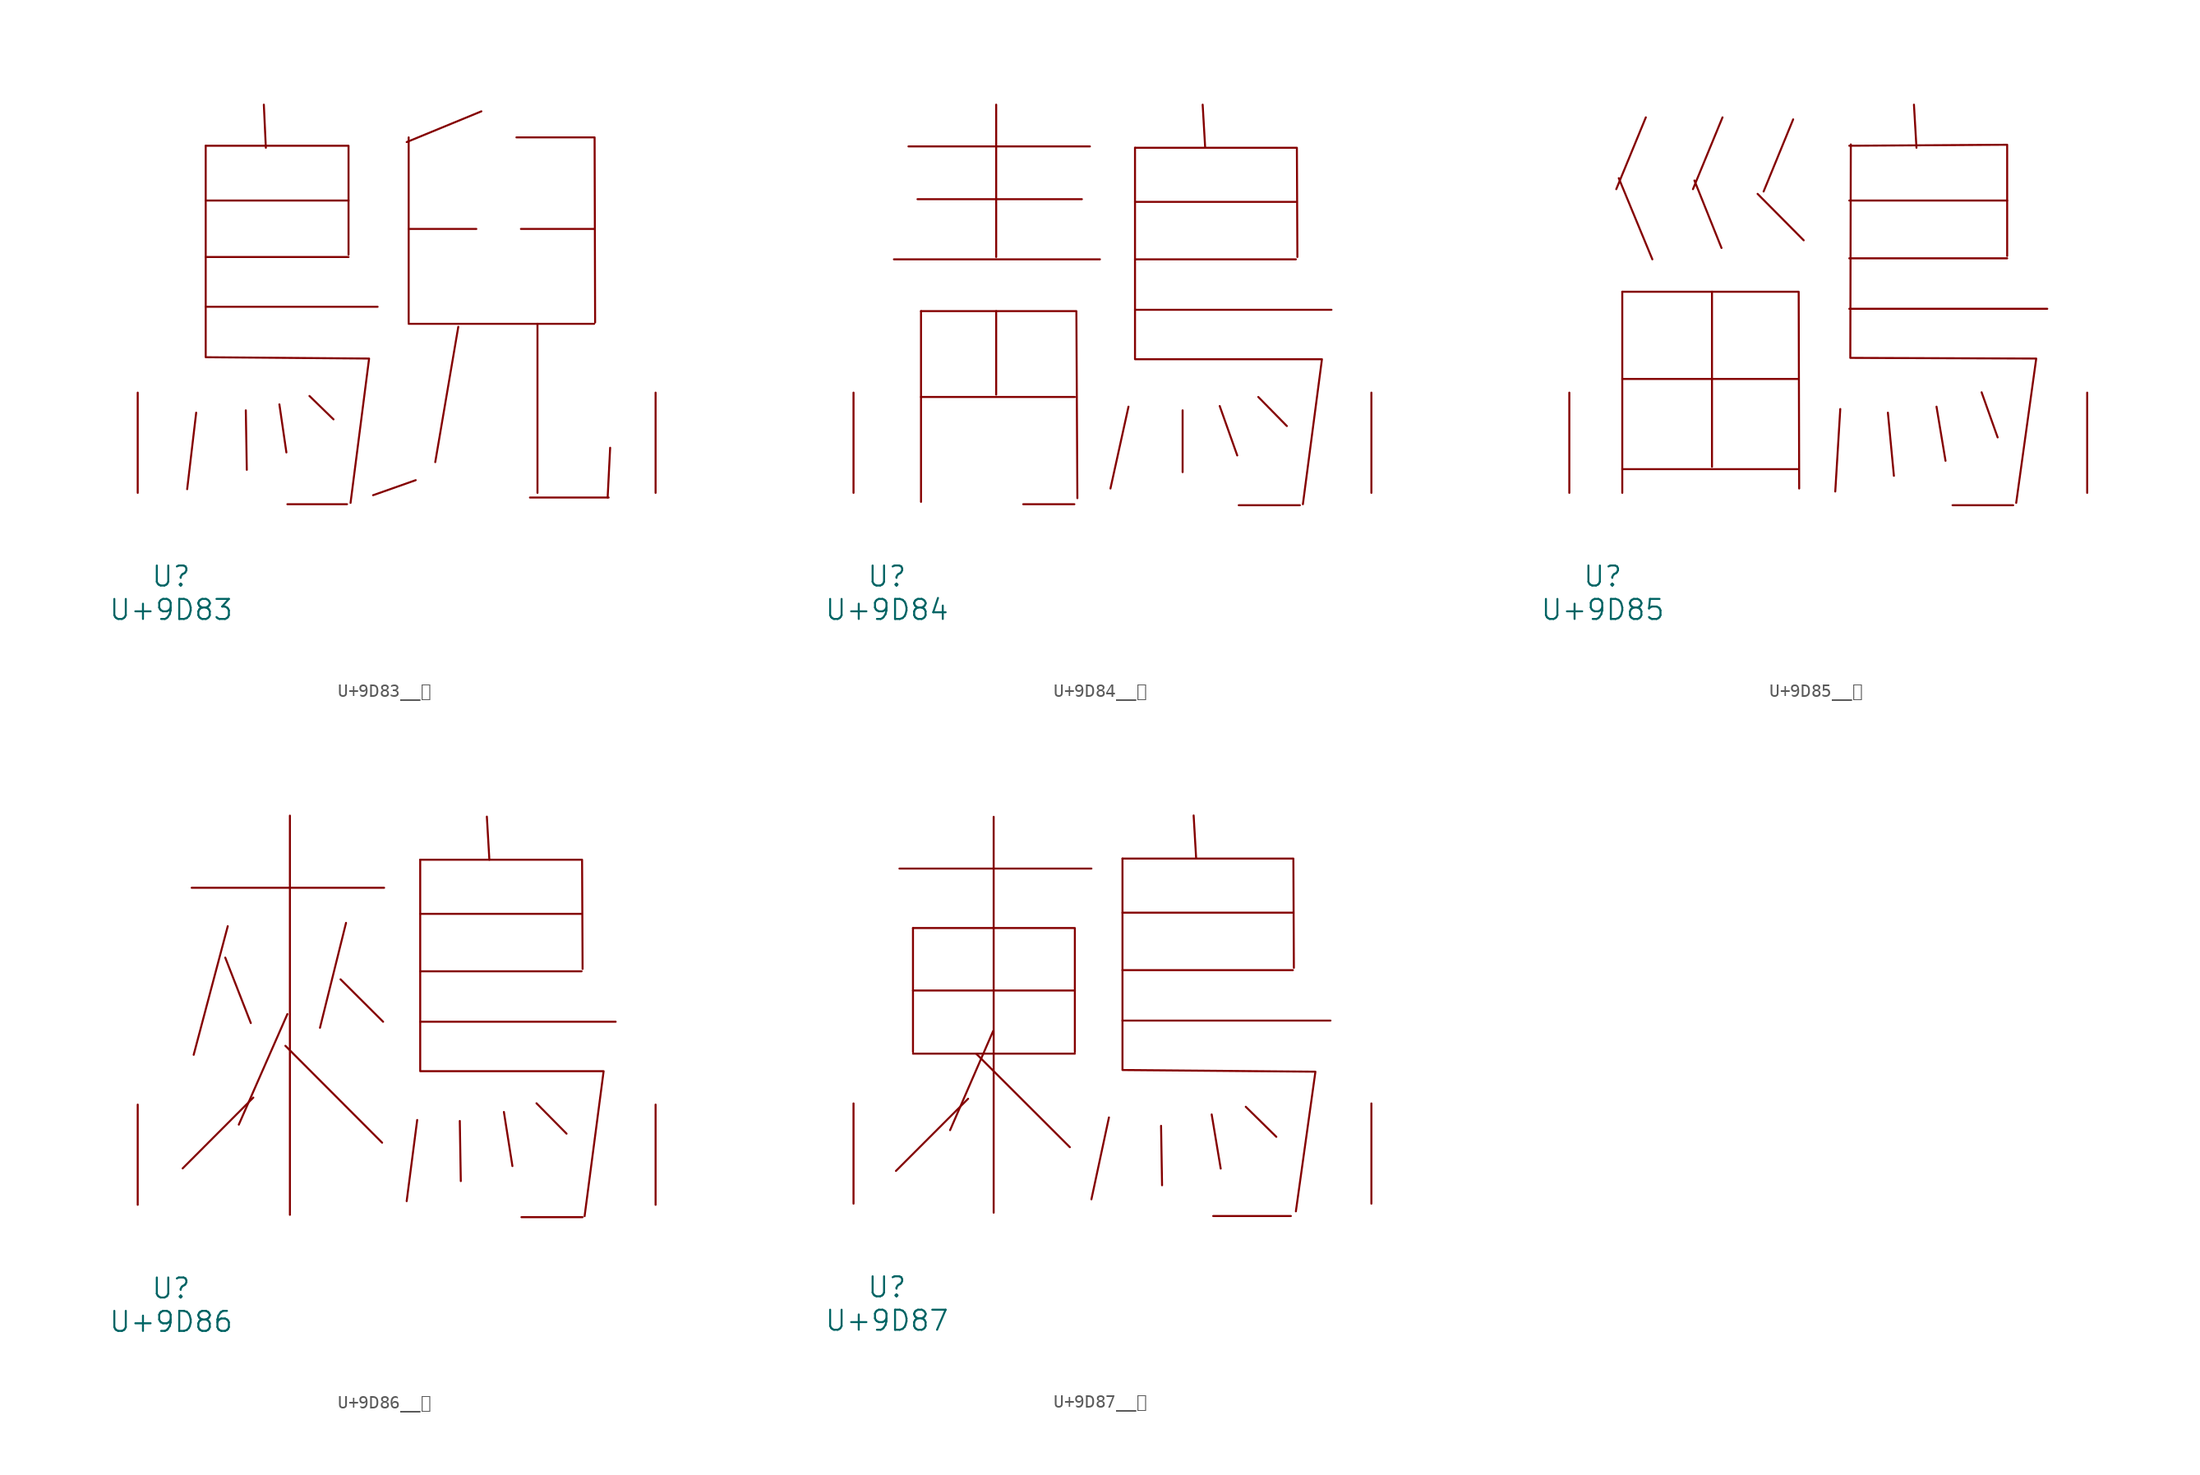
<source format=kicad_sym>
(kicad_symbol_lib
  (version 20231120)
  (generator "kicad_symbol_editor")
  (generator_version "8.0")
  (symbol "U+9D83__鶃"
    (pin_names
      (offset 1.016))
    (property "Reference" "U"
      (at 0 -6.35 0)
      (effects (font (size 1.524 1.524))))
    (property "Value" "U+9D83"
      (at 0 -8.89 0)
      (effects (font (size 1.524 1.524))))
    (symbol "U+9D83__鶃_0_1"
      (polyline (pts (xy 1.905 6.096) (xy 1.219 0.279)) (stroke (width 0) (type solid)) (fill (type none)))
      (polyline (pts (xy 2.629 14.148) (xy 15.697 14.148)) (stroke (width 0) (type solid)) (fill (type none)))
      (polyline (pts (xy 2.629 17.932) (xy 13.487 17.932)) (stroke (width 0) (type solid)) (fill (type none)))
      (polyline (pts (xy 2.629 22.225) (xy 13.487 22.225)) (stroke (width 0) (type solid)) (fill (type none)))
      (polyline (pts (xy 5.677 6.274) (xy 5.753 1.753)) (stroke (width 0) (type solid)) (fill (type none)))
      (polyline (pts (xy 7.048 29.515) (xy 7.201 26.238)) (stroke (width 0) (type solid)) (fill (type none)))
      (polyline (pts (xy 8.23 6.731) (xy 8.763 3.073)) (stroke (width 0) (type solid)) (fill (type none)))
      (polyline (pts (xy 8.839 -0.864) (xy 13.373 -0.864)) (stroke (width 0) (type solid)) (fill (type none)))
      (polyline (pts (xy 10.516 7.366) (xy 12.344 5.588)) (stroke (width 0) (type solid)) (fill (type none)))
      (polyline (pts (xy 18.059 12.852) (xy 32.156 12.852)) (stroke (width 0) (type solid)) (fill (type none)))
      (polyline (pts (xy 18.059 20.066) (xy 23.203 20.066)) (stroke (width 0) (type solid)) (fill (type none)))
      (polyline (pts (xy 18.059 27.026) (xy 18.059 12.954)) (stroke (width 0) (type solid)) (fill (type none)))
      (polyline (pts (xy 18.593 0.965) (xy 15.354 -0.178)) (stroke (width 0) (type solid)) (fill (type none)))
      (polyline (pts (xy 21.831 12.624) (xy 20.079 2.337)) (stroke (width 0) (type solid)) (fill (type none)))
      (polyline (pts (xy 23.584 29.007) (xy 17.907 26.67)) (stroke (width 0) (type solid)) (fill (type none)))
      (polyline (pts (xy 26.594 20.066) (xy 32.156 20.066)) (stroke (width 0) (type solid)) (fill (type none)))
      (polyline (pts (xy 27.28 -0.356) (xy 33.261 -0.356)) (stroke (width 0) (type solid)) (fill (type none)))
      (polyline (pts (xy 27.851 12.852) (xy 27.851 0)) (stroke (width 0) (type solid)) (fill (type none)))
      (polyline (pts (xy 33.376 3.429) (xy 33.185 -0.356)) (stroke (width 0) (type solid)) (fill (type none)))
      (polyline (pts (xy 2.629 26.391) (xy 13.487 26.391) (xy 13.487 18.11)) (stroke (width 0) (type solid)) (fill (type none)))
      (polyline (pts (xy 26.251 27.026) (xy 32.194 27.026) (xy 32.233 12.954)) (stroke (width 0) (type solid)) (fill (type none)))
      (polyline (pts (xy 2.629 26.391) (xy 2.629 10.312) (xy 15.05 10.211) (xy 13.64 -0.762)) (stroke (width 0) (type solid)) (fill (type none)))
      (pin input line (at -2.54 0 90) (length 7.62) (name "~" (effects (font (size 1.27 1.27)))) (number "~" (effects (font (size 1.27 1.27)))))
      (pin input line (at 36.83 0 90) (length 7.62) (name "~" (effects (font (size 1.27 1.27)))) (number "~" (effects (font (size 1.27 1.27)))))))
  (symbol "U+9D84__鶄"
    (pin_names
      (offset 1.016))
    (property "Reference" "U"
      (at 0 -6.35 0)
      (effects (font (size 1.524 1.524))))
    (property "Value" "U+9D84"
      (at 0 -8.89 0)
      (effects (font (size 1.524 1.524))))
    (symbol "U+9D84__鶄_0_1"
      (polyline (pts (xy 0.533 17.755) (xy 16.192 17.755)) (stroke (width 0) (type solid)) (fill (type none)))
      (polyline (pts (xy 1.638 26.34) (xy 15.431 26.34)) (stroke (width 0) (type solid)) (fill (type none)))
      (polyline (pts (xy 2.324 22.327) (xy 14.821 22.327)) (stroke (width 0) (type solid)) (fill (type none)))
      (polyline (pts (xy 2.591 7.29) (xy 14.287 7.29)) (stroke (width 0) (type solid)) (fill (type none)))
      (polyline (pts (xy 2.591 13.818) (xy 2.591 -0.686)) (stroke (width 0) (type solid)) (fill (type none)))
      (polyline (pts (xy 8.306 13.818) (xy 8.306 7.468)) (stroke (width 0) (type solid)) (fill (type none)))
      (polyline (pts (xy 8.306 29.515) (xy 8.306 17.932)) (stroke (width 0) (type solid)) (fill (type none)))
      (polyline (pts (xy 10.363 -0.864) (xy 14.249 -0.864)) (stroke (width 0) (type solid)) (fill (type none)))
      (polyline (pts (xy 18.364 6.553) (xy 16.993 0.33)) (stroke (width 0) (type solid)) (fill (type none)))
      (polyline (pts (xy 18.86 13.919) (xy 33.795 13.919)) (stroke (width 0) (type solid)) (fill (type none)))
      (polyline (pts (xy 18.86 17.755) (xy 31.09 17.755)) (stroke (width 0) (type solid)) (fill (type none)))
      (polyline (pts (xy 18.86 22.123) (xy 31.09 22.123)) (stroke (width 0) (type solid)) (fill (type none)))
      (polyline (pts (xy 22.479 6.274) (xy 22.479 1.575)) (stroke (width 0) (type solid)) (fill (type none)))
      (polyline (pts (xy 24.003 29.515) (xy 24.194 26.238)) (stroke (width 0) (type solid)) (fill (type none)))
      (polyline (pts (xy 25.298 6.604) (xy 26.632 2.845)) (stroke (width 0) (type solid)) (fill (type none)))
      (polyline (pts (xy 26.746 -0.94) (xy 31.394 -0.94)) (stroke (width 0) (type solid)) (fill (type none)))
      (polyline (pts (xy 28.232 7.29) (xy 30.404 5.08)) (stroke (width 0) (type solid)) (fill (type none)))
      (polyline (pts (xy 2.591 13.818) (xy 14.402 13.818) (xy 14.478 -0.406)) (stroke (width 0) (type solid)) (fill (type none)))
      (polyline (pts (xy 18.86 26.238) (xy 31.166 26.238) (xy 31.204 17.932)) (stroke (width 0) (type solid)) (fill (type none)))
      (polyline (pts (xy 18.86 26.238) (xy 18.86 10.16) (xy 33.071 10.16) (xy 31.623 -0.864)) (stroke (width 0) (type solid)) (fill (type none)))
      (pin input line (at -2.54 0 90) (length 7.62) (name "~" (effects (font (size 1.27 1.27)))) (number "~" (effects (font (size 1.27 1.27)))))
      (pin input line (at 36.83 0 90) (length 7.62) (name "~" (effects (font (size 1.27 1.27)))) (number "~" (effects (font (size 1.27 1.27)))))))
  (symbol "U+9D85__鶅"
    (pin_names
      (offset 1.016))
    (property "Reference" "U"
      (at 0 -6.35 0)
      (effects (font (size 1.524 1.524))))
    (property "Value" "U+9D85"
      (at 0 -8.89 0)
      (effects (font (size 1.524 1.524))))
    (symbol "U+9D85__鶅_0_1"
      (polyline (pts (xy 1.219 23.927) (xy 3.772 17.755)) (stroke (width 0) (type solid)) (fill (type none)))
      (polyline (pts (xy 1.486 1.803) (xy 14.821 1.803)) (stroke (width 0) (type solid)) (fill (type none)))
      (polyline (pts (xy 1.486 8.661) (xy 14.821 8.661)) (stroke (width 0) (type solid)) (fill (type none)))
      (polyline (pts (xy 1.486 15.291) (xy 1.486 0)) (stroke (width 0) (type solid)) (fill (type none)))
      (polyline (pts (xy 3.277 28.55) (xy 1.029 23.089)) (stroke (width 0) (type solid)) (fill (type none)))
      (polyline (pts (xy 6.972 23.749) (xy 9.03 18.618)) (stroke (width 0) (type solid)) (fill (type none)))
      (polyline (pts (xy 8.306 15.291) (xy 8.306 1.981)) (stroke (width 0) (type solid)) (fill (type none)))
      (polyline (pts (xy 9.106 28.55) (xy 6.858 23.089)) (stroke (width 0) (type solid)) (fill (type none)))
      (polyline (pts (xy 11.773 22.733) (xy 15.278 19.202)) (stroke (width 0) (type solid)) (fill (type none)))
      (polyline (pts (xy 14.478 28.397) (xy 12.23 22.911)) (stroke (width 0) (type solid)) (fill (type none)))
      (polyline (pts (xy 18.059 6.375) (xy 17.678 0.102)) (stroke (width 0) (type solid)) (fill (type none)))
      (polyline (pts (xy 18.745 13.995) (xy 33.795 13.995)) (stroke (width 0) (type solid)) (fill (type none)))
      (polyline (pts (xy 18.745 17.831) (xy 30.747 17.831)) (stroke (width 0) (type solid)) (fill (type none)))
      (polyline (pts (xy 18.745 22.225) (xy 30.747 22.225)) (stroke (width 0) (type solid)) (fill (type none)))
      (polyline (pts (xy 21.679 6.096) (xy 22.136 1.295)) (stroke (width 0) (type solid)) (fill (type none)))
      (polyline (pts (xy 23.66 29.515) (xy 23.851 26.238)) (stroke (width 0) (type solid)) (fill (type none)))
      (polyline (pts (xy 25.375 6.553) (xy 26.06 2.438)) (stroke (width 0) (type solid)) (fill (type none)))
      (polyline (pts (xy 26.594 -0.94) (xy 31.204 -0.94)) (stroke (width 0) (type solid)) (fill (type none)))
      (polyline (pts (xy 28.804 7.645) (xy 30.023 4.216)) (stroke (width 0) (type solid)) (fill (type none)))
      (polyline (pts (xy 1.486 15.291) (xy 14.897 15.291) (xy 14.935 0.33)) (stroke (width 0) (type solid)) (fill (type none)))
      (polyline (pts (xy 18.745 26.391) (xy 30.747 26.467) (xy 30.747 18.009)) (stroke (width 0) (type solid)) (fill (type none)))
      (polyline (pts (xy 18.86 26.492) (xy 18.821 10.262) (xy 32.956 10.211) (xy 31.433 -0.762)) (stroke (width 0) (type solid)) (fill (type none)))
      (pin input line (at -2.54 0 90) (length 7.62) (name "~" (effects (font (size 1.27 1.27)))) (number "~" (effects (font (size 1.27 1.27)))))
      (pin input line (at 36.83 0 90) (length 7.62) (name "~" (effects (font (size 1.27 1.27)))) (number "~" (effects (font (size 1.27 1.27)))))))
  (symbol "U+9D86__鶆"
    (pin_names
      (offset 1.016))
    (property "Reference" "U"
      (at 0 -6.35 0)
      (effects (font (size 1.524 1.524))))
    (property "Value" "U+9D86"
      (at 0 -8.89 0)
      (effects (font (size 1.524 1.524))))
    (symbol "U+9D86__鶆_0_1"
      (polyline (pts (xy 1.562 24.105) (xy 16.192 24.105)) (stroke (width 0) (type solid)) (fill (type none)))
      (polyline (pts (xy 4.115 18.796) (xy 6.058 13.818)) (stroke (width 0) (type solid)) (fill (type none)))
      (polyline (pts (xy 4.305 21.184) (xy 1.714 11.405)) (stroke (width 0) (type solid)) (fill (type none)))
      (polyline (pts (xy 6.248 8.153) (xy 0.876 2.769)) (stroke (width 0) (type solid)) (fill (type none)))
      (polyline (pts (xy 8.687 12.09) (xy 16.04 4.724)) (stroke (width 0) (type solid)) (fill (type none)))
      (polyline (pts (xy 8.839 14.503) (xy 5.144 6.096)) (stroke (width 0) (type solid)) (fill (type none)))
      (polyline (pts (xy 9.03 29.591) (xy 9.03 -0.762)) (stroke (width 0) (type solid)) (fill (type none)))
      (polyline (pts (xy 12.878 17.145) (xy 16.116 13.919)) (stroke (width 0) (type solid)) (fill (type none)))
      (polyline (pts (xy 13.297 21.438) (xy 11.316 13.462)) (stroke (width 0) (type solid)) (fill (type none)))
      (polyline (pts (xy 18.707 6.452) (xy 17.907 0.279)) (stroke (width 0) (type solid)) (fill (type none)))
      (polyline (pts (xy 18.936 13.919) (xy 33.795 13.919)) (stroke (width 0) (type solid)) (fill (type none)))
      (polyline (pts (xy 18.936 17.755) (xy 31.204 17.755)) (stroke (width 0) (type solid)) (fill (type none)))
      (polyline (pts (xy 18.936 22.123) (xy 31.204 22.123)) (stroke (width 0) (type solid)) (fill (type none)))
      (polyline (pts (xy 21.946 6.375) (xy 22.022 1.803)) (stroke (width 0) (type solid)) (fill (type none)))
      (polyline (pts (xy 24.003 29.515) (xy 24.194 26.238)) (stroke (width 0) (type solid)) (fill (type none)))
      (polyline (pts (xy 25.298 7.061) (xy 25.946 2.946)) (stroke (width 0) (type solid)) (fill (type none)))
      (polyline (pts (xy 26.632 -0.94) (xy 31.28 -0.94)) (stroke (width 0) (type solid)) (fill (type none)))
      (polyline (pts (xy 27.775 7.722) (xy 30.061 5.41)) (stroke (width 0) (type solid)) (fill (type none)))
      (polyline (pts (xy 18.936 26.238) (xy 31.242 26.238) (xy 31.28 17.932)) (stroke (width 0) (type solid)) (fill (type none)))
      (polyline (pts (xy 18.936 26.238) (xy 18.936 10.16) (xy 32.88 10.16) (xy 31.433 -0.864)) (stroke (width 0) (type solid)) (fill (type none)))
      (pin input line (at -2.54 0 90) (length 7.62) (name "~" (effects (font (size 1.27 1.27)))) (number "~" (effects (font (size 1.27 1.27)))))
      (pin input line (at 36.83 0 90) (length 7.62) (name "~" (effects (font (size 1.27 1.27)))) (number "~" (effects (font (size 1.27 1.27)))))))
  (symbol "U+9D87__鶇"
    (pin_names
      (offset 1.016))
    (property "Reference" "U"
      (at 0 -6.35 0)
      (effects (font (size 1.524 1.524))))
    (property "Value" "U+9D87"
      (at 0 -8.89 0)
      (effects (font (size 1.524 1.524))))
    (symbol "U+9D87__鶇_0_1"
      (polyline (pts (xy 0.953 25.476) (xy 15.545 25.476)) (stroke (width 0) (type solid)) (fill (type none)))
      (polyline (pts (xy 1.981 11.405) (xy 14.287 11.405)) (stroke (width 0) (type solid)) (fill (type none)))
      (polyline (pts (xy 1.981 16.205) (xy 14.287 16.205)) (stroke (width 0) (type solid)) (fill (type none)))
      (polyline (pts (xy 1.981 20.955) (xy 1.981 11.532)) (stroke (width 0) (type solid)) (fill (type none)))
      (polyline (pts (xy 6.172 7.976) (xy 0.686 2.489)) (stroke (width 0) (type solid)) (fill (type none)))
      (polyline (pts (xy 6.782 11.405) (xy 13.906 4.293)) (stroke (width 0) (type solid)) (fill (type none)))
      (polyline (pts (xy 8.077 13.132) (xy 4.801 5.588)) (stroke (width 0) (type solid)) (fill (type none)))
      (polyline (pts (xy 8.115 29.413) (xy 8.115 -0.686)) (stroke (width 0) (type solid)) (fill (type none)))
      (polyline (pts (xy 16.878 6.553) (xy 15.545 0.33)) (stroke (width 0) (type solid)) (fill (type none)))
      (polyline (pts (xy 17.907 13.919) (xy 33.718 13.919)) (stroke (width 0) (type solid)) (fill (type none)))
      (polyline (pts (xy 17.907 17.755) (xy 30.861 17.755)) (stroke (width 0) (type solid)) (fill (type none)))
      (polyline (pts (xy 17.907 22.123) (xy 30.861 22.123)) (stroke (width 0) (type solid)) (fill (type none)))
      (polyline (pts (xy 20.841 5.918) (xy 20.917 1.397)) (stroke (width 0) (type solid)) (fill (type none)))
      (polyline (pts (xy 23.317 29.515) (xy 23.508 26.238)) (stroke (width 0) (type solid)) (fill (type none)))
      (polyline (pts (xy 24.689 6.782) (xy 25.375 2.667)) (stroke (width 0) (type solid)) (fill (type none)))
      (polyline (pts (xy 24.803 -0.94) (xy 30.709 -0.94)) (stroke (width 0) (type solid)) (fill (type none)))
      (polyline (pts (xy 27.28 7.366) (xy 29.604 5.08)) (stroke (width 0) (type solid)) (fill (type none)))
      (polyline (pts (xy 1.981 20.955) (xy 14.287 20.955) (xy 14.287 11.532)) (stroke (width 0) (type solid)) (fill (type none)))
      (polyline (pts (xy 17.907 26.238) (xy 30.899 26.238) (xy 30.937 17.932)) (stroke (width 0) (type solid)) (fill (type none)))
      (polyline (pts (xy 17.907 26.238) (xy 17.907 10.16) (xy 32.575 10.033) (xy 31.09 -0.584)) (stroke (width 0) (type solid)) (fill (type none)))
      (pin input line (at -2.54 0 90) (length 7.62) (name "~" (effects (font (size 1.27 1.27)))) (number "~" (effects (font (size 1.27 1.27)))))
      (pin input line (at 36.83 0 90) (length 7.62) (name "~" (effects (font (size 1.27 1.27)))) (number "~" (effects (font (size 1.27 1.27))))))))
</source>
